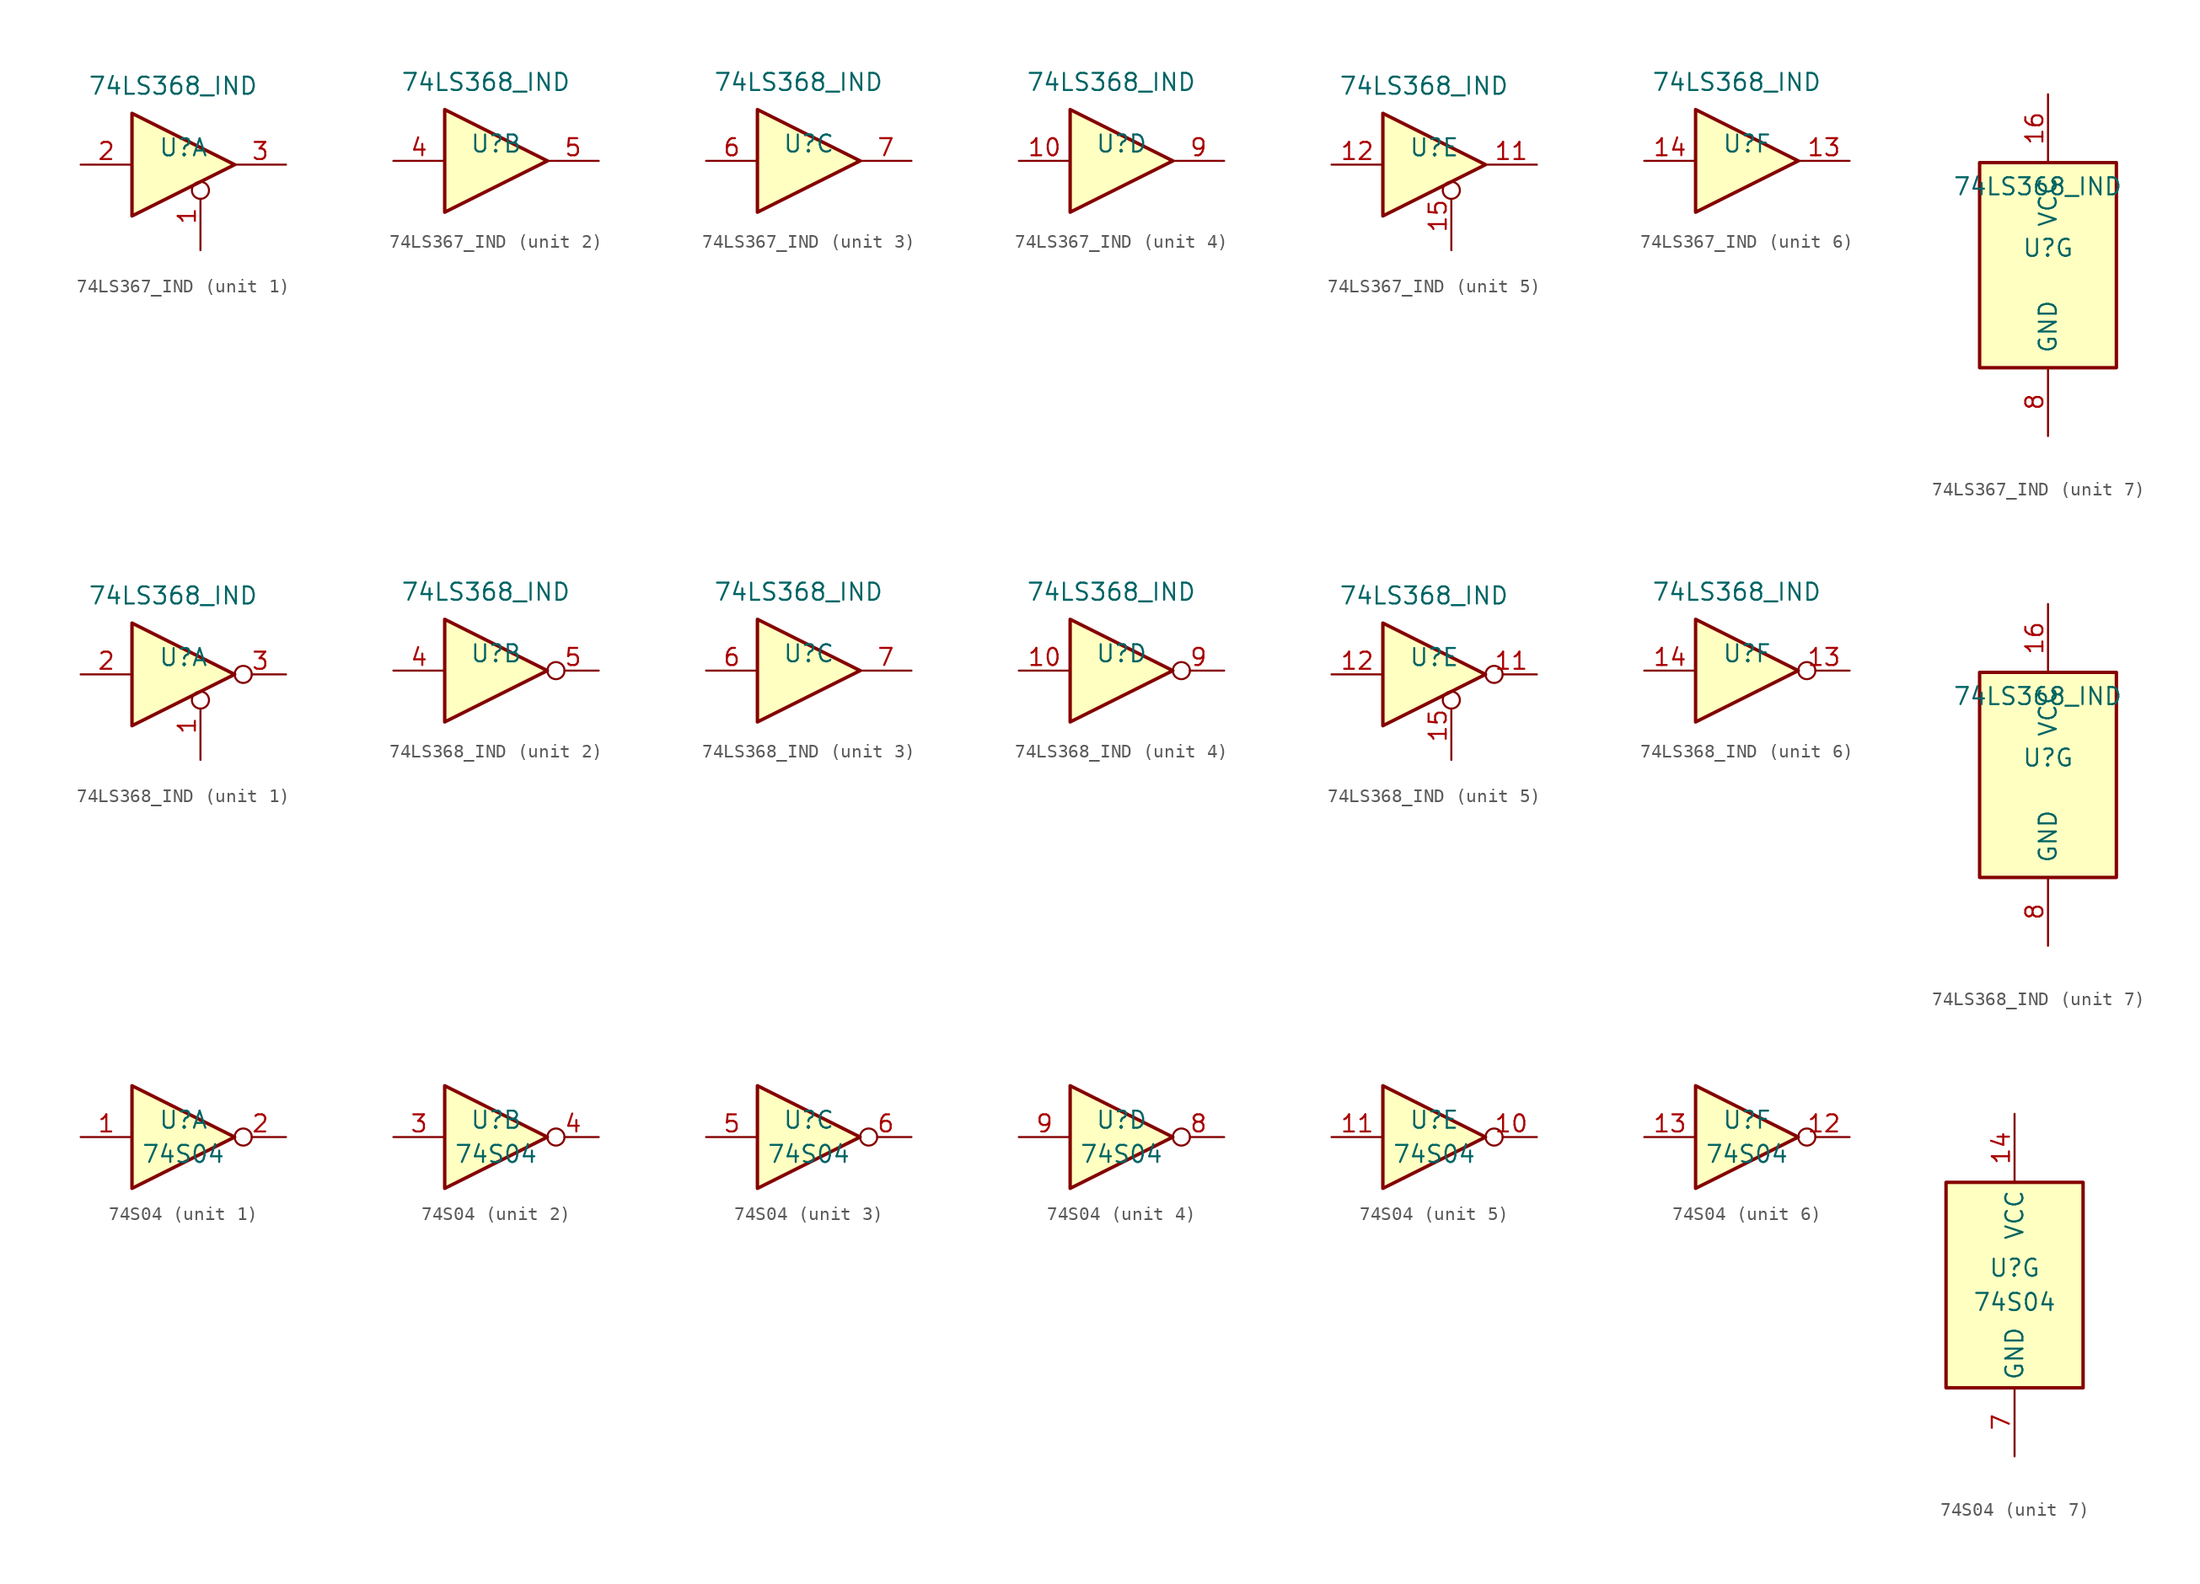
<source format=kicad_sym>
(kicad_symbol_lib
  (version 20241209)
  (generator "kicad_symbol_editor")
  (generator_version "9.0")
  (symbol "74LS367_IND"
    (pin_names
      (offset 1.016))
    (property "Reference" "U"
      (at 0 1.27 0)
      (effects (font (size 1.27 1.27))))
    (property "Value" "74LS368_IND"
      (at -0.762 5.842 0)
      (effects (font (size 1.27 1.27))))
    (property "ki_locked" ""
      (at 0 0 0)
      (effects (font (size 1.27 1.27))))
    (symbol "74LS367_IND_1_0"
      (polyline (pts (xy -3.81 3.81) (xy -3.81 -3.81) (xy 3.81 0) (xy -3.81 3.81)) (stroke (width 0.254) (type default)) (fill (type background)))
      (pin input line (at -7.62 0 0) (length 3.81) (name "~" (effects (font (size 1.27 1.27)))) (number "2" (effects (font (size 1.27 1.27)))))
      (pin input inverted (at 1.27 -6.35 90) (length 5.08) (name "~" (effects (font (size 1.27 1.27)))) (number "1" (effects (font (size 1.27 1.27)))))
      (pin tri_state line (at 7.62 0 180) (length 3.81) (name "~" (effects (font (size 1.27 1.27)))) (number "3" (effects (font (size 1.27 1.27))))))
    (symbol "74LS367_IND_2_0"
      (polyline (pts (xy -3.81 3.81) (xy -3.81 -3.81) (xy 3.81 0) (xy -3.81 3.81)) (stroke (width 0.254) (type default)) (fill (type background)))
      (pin input line (at -7.62 0 0) (length 3.81) (name "~" (effects (font (size 1.27 1.27)))) (number "4" (effects (font (size 1.27 1.27)))))
      (pin tri_state line (at 7.62 0 180) (length 3.81) (name "~" (effects (font (size 1.27 1.27)))) (number "5" (effects (font (size 1.27 1.27))))))
    (symbol "74LS367_IND_3_0"
      (polyline (pts (xy -3.81 3.81) (xy -3.81 -3.81) (xy 3.81 0) (xy -3.81 3.81)) (stroke (width 0.254) (type default)) (fill (type background)))
      (pin input line (at -7.62 0 0) (length 3.81) (name "~" (effects (font (size 1.27 1.27)))) (number "6" (effects (font (size 1.27 1.27)))))
      (pin tri_state line (at 7.62 0 180) (length 3.81) (name "~" (effects (font (size 1.27 1.27)))) (number "7" (effects (font (size 1.27 1.27))))))
    (symbol "74LS367_IND_4_0"
      (polyline (pts (xy -3.81 3.81) (xy -3.81 -3.81) (xy 3.81 0) (xy -3.81 3.81)) (stroke (width 0.254) (type default)) (fill (type background)))
      (pin input line (at -7.62 0 0) (length 3.81) (name "~" (effects (font (size 1.27 1.27)))) (number "10" (effects (font (size 1.27 1.27)))))
      (pin tri_state line (at 7.62 0 180) (length 3.81) (name "~" (effects (font (size 1.27 1.27)))) (number "9" (effects (font (size 1.27 1.27))))))
    (symbol "74LS367_IND_5_0"
      (polyline (pts (xy -3.81 3.81) (xy -3.81 -3.81) (xy 3.81 0) (xy -3.81 3.81)) (stroke (width 0.254) (type default)) (fill (type background)))
      (pin input line (at -7.62 0 0) (length 3.81) (name "~" (effects (font (size 1.27 1.27)))) (number "12" (effects (font (size 1.27 1.27)))))
      (pin input inverted (at 1.27 -6.35 90) (length 5.08) (name "" (effects (font (size 1.27 1.27)))) (number "15" (effects (font (size 1.27 1.27)))))
      (pin tri_state line (at 7.62 0 180) (length 3.81) (name "~" (effects (font (size 1.27 1.27)))) (number "11" (effects (font (size 1.27 1.27))))))
    (symbol "74LS367_IND_6_0"
      (polyline (pts (xy -3.81 3.81) (xy -3.81 -3.81) (xy 3.81 0) (xy -3.81 3.81)) (stroke (width 0.254) (type default)) (fill (type background)))
      (pin input line (at -7.62 0 0) (length 3.81) (name "~" (effects (font (size 1.27 1.27)))) (number "14" (effects (font (size 1.27 1.27)))))
      (pin tri_state line (at 7.62 0 180) (length 3.81) (name "~" (effects (font (size 1.27 1.27)))) (number "13" (effects (font (size 1.27 1.27))))))
    (symbol "74LS367_IND_7_0"
      (pin power_in line (at 0 12.7 270) (length 5.08) (name "VCC" (effects (font (size 1.27 1.27)))) (number "16" (effects (font (size 1.27 1.27)))))
      (pin power_in line (at 0 -12.7 90) (length 5.08) (name "GND" (effects (font (size 1.27 1.27)))) (number "8" (effects (font (size 1.27 1.27))))))
    (symbol "74LS367_IND_7_1"
      (rectangle (start -5.08 7.62) (end 5.08 -7.62) (stroke (width 0.254) (type default)) (fill (type background)))))
  (symbol "74LS368_IND"
    (pin_names
      (offset 1.016))
    (property "Reference" "U"
      (at 0 1.27 0)
      (effects (font (size 1.27 1.27))))
    (property "Value" "74LS368_IND"
      (at -0.762 5.842 0)
      (effects (font (size 1.27 1.27))))
    (property "ki_locked" ""
      (at 0 0 0)
      (effects (font (size 1.27 1.27))))
    (symbol "74LS368_IND_1_0"
      (polyline (pts (xy -3.81 3.81) (xy -3.81 -3.81) (xy 3.81 0) (xy -3.81 3.81)) (stroke (width 0.254) (type default)) (fill (type background)))
      (pin input line (at -7.62 0 0) (length 3.81) (name "~" (effects (font (size 1.27 1.27)))) (number "2" (effects (font (size 1.27 1.27)))))
      (pin input inverted (at 1.27 -6.35 90) (length 5.08) (name "~" (effects (font (size 1.27 1.27)))) (number "1" (effects (font (size 1.27 1.27)))))
      (pin tri_state inverted (at 7.62 0 180) (length 3.81) (name "~" (effects (font (size 1.27 1.27)))) (number "3" (effects (font (size 1.27 1.27))))))
    (symbol "74LS368_IND_2_0"
      (polyline (pts (xy -3.81 3.81) (xy -3.81 -3.81) (xy 3.81 0) (xy -3.81 3.81)) (stroke (width 0.254) (type default)) (fill (type background)))
      (pin input line (at -7.62 0 0) (length 3.81) (name "~" (effects (font (size 1.27 1.27)))) (number "4" (effects (font (size 1.27 1.27)))))
      (pin tri_state inverted (at 7.62 0 180) (length 3.81) (name "~" (effects (font (size 1.27 1.27)))) (number "5" (effects (font (size 1.27 1.27))))))
    (symbol "74LS368_IND_3_0"
      (polyline (pts (xy -3.81 3.81) (xy -3.81 -3.81) (xy 3.81 0) (xy -3.81 3.81)) (stroke (width 0.254) (type default)) (fill (type background)))
      (pin input line (at -7.62 0 0) (length 3.81) (name "~" (effects (font (size 1.27 1.27)))) (number "6" (effects (font (size 1.27 1.27)))))
      (pin tri_state line (at 7.62 0 180) (length 3.81) (name "~" (effects (font (size 1.27 1.27)))) (number "7" (effects (font (size 1.27 1.27))))))
    (symbol "74LS368_IND_4_0"
      (polyline (pts (xy -3.81 3.81) (xy -3.81 -3.81) (xy 3.81 0) (xy -3.81 3.81)) (stroke (width 0.254) (type default)) (fill (type background)))
      (pin input line (at -7.62 0 0) (length 3.81) (name "~" (effects (font (size 1.27 1.27)))) (number "10" (effects (font (size 1.27 1.27)))))
      (pin tri_state inverted (at 7.62 0 180) (length 3.81) (name "~" (effects (font (size 1.27 1.27)))) (number "9" (effects (font (size 1.27 1.27))))))
    (symbol "74LS368_IND_5_0"
      (polyline (pts (xy -3.81 3.81) (xy -3.81 -3.81) (xy 3.81 0) (xy -3.81 3.81)) (stroke (width 0.254) (type default)) (fill (type background)))
      (pin input line (at -7.62 0 0) (length 3.81) (name "~" (effects (font (size 1.27 1.27)))) (number "12" (effects (font (size 1.27 1.27)))))
      (pin input inverted (at 1.27 -6.35 90) (length 5.08) (name "~" (effects (font (size 1.27 1.27)))) (number "15" (effects (font (size 1.27 1.27)))))
      (pin tri_state inverted (at 7.62 0 180) (length 3.81) (name "~" (effects (font (size 1.27 1.27)))) (number "11" (effects (font (size 1.27 1.27))))))
    (symbol "74LS368_IND_6_0"
      (polyline (pts (xy -3.81 3.81) (xy -3.81 -3.81) (xy 3.81 0) (xy -3.81 3.81)) (stroke (width 0.254) (type default)) (fill (type background)))
      (pin input line (at -7.62 0 0) (length 3.81) (name "~" (effects (font (size 1.27 1.27)))) (number "14" (effects (font (size 1.27 1.27)))))
      (pin tri_state inverted (at 7.62 0 180) (length 3.81) (name "~" (effects (font (size 1.27 1.27)))) (number "13" (effects (font (size 1.27 1.27))))))
    (symbol "74LS368_IND_7_0"
      (pin power_in line (at 0 12.7 270) (length 5.08) (name "VCC" (effects (font (size 1.27 1.27)))) (number "16" (effects (font (size 1.27 1.27)))))
      (pin power_in line (at 0 -12.7 90) (length 5.08) (name "GND" (effects (font (size 1.27 1.27)))) (number "8" (effects (font (size 1.27 1.27))))))
    (symbol "74LS368_IND_7_1"
      (rectangle (start -5.08 7.62) (end 5.08 -7.62) (stroke (width 0.254) (type default)) (fill (type background)))))
  (symbol "74S04"
    (property "Reference" "U"
      (at 0 1.27 0)
      (effects (font (size 1.27 1.27))))
    (property "Value" "74S04"
      (at 0 -1.27 0)
      (effects (font (size 1.27 1.27))))
    (property "ki_locked" ""
      (at 0 0 0)
      (effects (font (size 1.27 1.27))))
    (symbol "74S04_1_0"
      (polyline (pts (xy -3.81 3.81) (xy -3.81 -3.81) (xy 3.81 0) (xy -3.81 3.81)) (stroke (width 0.254) (type default)) (fill (type background)))
      (pin input line (at -7.62 0 0) (length 3.81) (name "~" (effects (font (size 1.27 1.27)))) (number "1" (effects (font (size 1.27 1.27)))))
      (pin output inverted (at 7.62 0 180) (length 3.81) (name "~" (effects (font (size 1.27 1.27)))) (number "2" (effects (font (size 1.27 1.27))))))
    (symbol "74S04_2_0"
      (polyline (pts (xy -3.81 3.81) (xy -3.81 -3.81) (xy 3.81 0) (xy -3.81 3.81)) (stroke (width 0.254) (type default)) (fill (type background)))
      (pin input line (at -7.62 0 0) (length 3.81) (name "~" (effects (font (size 1.27 1.27)))) (number "3" (effects (font (size 1.27 1.27)))))
      (pin output inverted (at 7.62 0 180) (length 3.81) (name "~" (effects (font (size 1.27 1.27)))) (number "4" (effects (font (size 1.27 1.27))))))
    (symbol "74S04_3_0"
      (polyline (pts (xy -3.81 3.81) (xy -3.81 -3.81) (xy 3.81 0) (xy -3.81 3.81)) (stroke (width 0.254) (type default)) (fill (type background)))
      (pin input line (at -7.62 0 0) (length 3.81) (name "~" (effects (font (size 1.27 1.27)))) (number "5" (effects (font (size 1.27 1.27)))))
      (pin output inverted (at 7.62 0 180) (length 3.81) (name "~" (effects (font (size 1.27 1.27)))) (number "6" (effects (font (size 1.27 1.27))))))
    (symbol "74S04_4_0"
      (polyline (pts (xy -3.81 3.81) (xy -3.81 -3.81) (xy 3.81 0) (xy -3.81 3.81)) (stroke (width 0.254) (type default)) (fill (type background)))
      (pin input line (at -7.62 0 0) (length 3.81) (name "~" (effects (font (size 1.27 1.27)))) (number "9" (effects (font (size 1.27 1.27)))))
      (pin output inverted (at 7.62 0 180) (length 3.81) (name "~" (effects (font (size 1.27 1.27)))) (number "8" (effects (font (size 1.27 1.27))))))
    (symbol "74S04_5_0"
      (polyline (pts (xy -3.81 3.81) (xy -3.81 -3.81) (xy 3.81 0) (xy -3.81 3.81)) (stroke (width 0.254) (type default)) (fill (type background)))
      (pin input line (at -7.62 0 0) (length 3.81) (name "~" (effects (font (size 1.27 1.27)))) (number "11" (effects (font (size 1.27 1.27)))))
      (pin output inverted (at 7.62 0 180) (length 3.81) (name "~" (effects (font (size 1.27 1.27)))) (number "10" (effects (font (size 1.27 1.27))))))
    (symbol "74S04_6_0"
      (polyline (pts (xy -3.81 3.81) (xy -3.81 -3.81) (xy 3.81 0) (xy -3.81 3.81)) (stroke (width 0.254) (type default)) (fill (type background)))
      (pin input line (at -7.62 0 0) (length 3.81) (name "~" (effects (font (size 1.27 1.27)))) (number "13" (effects (font (size 1.27 1.27)))))
      (pin output inverted (at 7.62 0 180) (length 3.81) (name "~" (effects (font (size 1.27 1.27)))) (number "12" (effects (font (size 1.27 1.27))))))
    (symbol "74S04_7_0"
      (pin power_in line (at 0 12.7 270) (length 5.08) (name "VCC" (effects (font (size 1.27 1.27)))) (number "14" (effects (font (size 1.27 1.27)))))
      (pin power_in line (at 0 -12.7 90) (length 5.08) (name "GND" (effects (font (size 1.27 1.27)))) (number "7" (effects (font (size 1.27 1.27))))))
    (symbol "74S04_7_1"
      (rectangle (start -5.08 7.62) (end 5.08 -7.62) (stroke (width 0.254) (type default)) (fill (type background))))))
</source>
